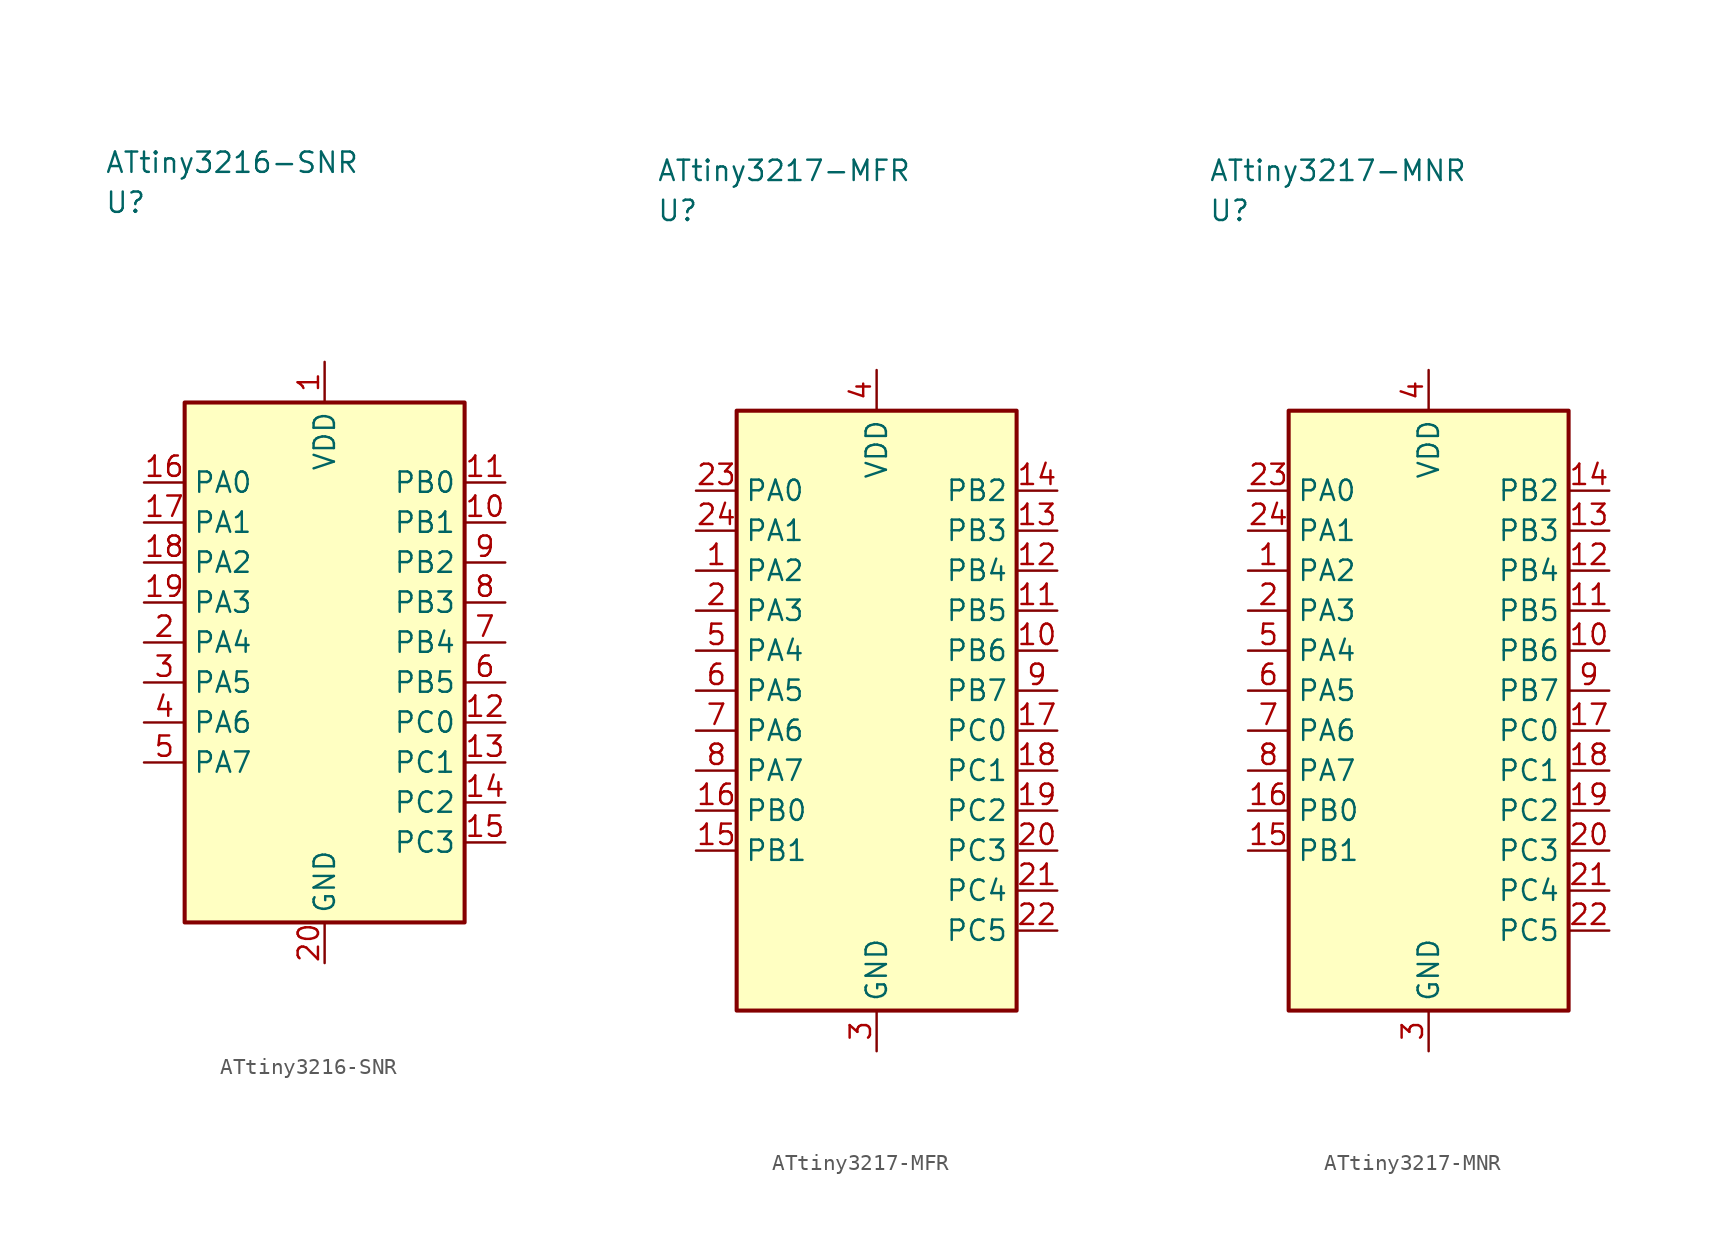
<source format=kicad_sym>
(kicad_symbol_lib
  (version 20241025)
  (generator "kicad_symbol_editor")
  (generator_version "8.0")
  (symbol "ATtiny3216-SNR"
    (property "Reference" "U"
      (at -13.75 28.75 0)
      (effects (font (size 1.27 1.27)) (justify left)))
    (property "Value" "ATtiny3216-SNR"
      (at -13.75 31.25 0)
      (effects (font (size 1.27 1.27)) (justify left)))
    (symbol "ATtiny3216-SNR_0_1"
      (rectangle (start -8.75 16.25) (end 8.75 -16.25) (stroke (width 0.254) (type default)) (fill (type background))))
    (symbol "ATtiny3216-SNR_1_1"
      (pin power_in line (at 0.0 18.79 270.0) (length 2.54) (name "VDD" (effects (font (size 1.27 1.27)))) (number "1" (effects (font (size 1.27 1.27)))))
      (pin bidirectional line (at -11.29 1.25 0.0) (length 2.54) (name "PA4" (effects (font (size 1.27 1.27)))) (number "2" (effects (font (size 1.27 1.27)))))
      (pin bidirectional line (at -11.29 -1.25 0.0) (length 2.54) (name "PA5" (effects (font (size 1.27 1.27)))) (number "3" (effects (font (size 1.27 1.27)))))
      (pin bidirectional line (at -11.29 -3.75 0.0) (length 2.54) (name "PA6" (effects (font (size 1.27 1.27)))) (number "4" (effects (font (size 1.27 1.27)))))
      (pin bidirectional line (at -11.29 -6.25 0.0) (length 2.54) (name "PA7" (effects (font (size 1.27 1.27)))) (number "5" (effects (font (size 1.27 1.27)))))
      (pin bidirectional line (at 11.29 -1.25 180.0) (length 2.54) (name "PB5" (effects (font (size 1.27 1.27)))) (number "6" (effects (font (size 1.27 1.27)))))
      (pin bidirectional line (at 11.29 1.25 180.0) (length 2.54) (name "PB4" (effects (font (size 1.27 1.27)))) (number "7" (effects (font (size 1.27 1.27)))))
      (pin bidirectional line (at 11.29 3.75 180.0) (length 2.54) (name "PB3" (effects (font (size 1.27 1.27)))) (number "8" (effects (font (size 1.27 1.27)))))
      (pin bidirectional line (at 11.29 6.25 180.0) (length 2.54) (name "PB2" (effects (font (size 1.27 1.27)))) (number "9" (effects (font (size 1.27 1.27)))))
      (pin bidirectional line (at 11.29 8.75 180.0) (length 2.54) (name "PB1" (effects (font (size 1.27 1.27)))) (number "10" (effects (font (size 1.27 1.27)))))
      (pin bidirectional line (at 11.29 11.25 180.0) (length 2.54) (name "PB0" (effects (font (size 1.27 1.27)))) (number "11" (effects (font (size 1.27 1.27)))))
      (pin bidirectional line (at 11.29 -3.75 180.0) (length 2.54) (name "PC0" (effects (font (size 1.27 1.27)))) (number "12" (effects (font (size 1.27 1.27)))))
      (pin bidirectional line (at 11.29 -6.25 180.0) (length 2.54) (name "PC1" (effects (font (size 1.27 1.27)))) (number "13" (effects (font (size 1.27 1.27)))))
      (pin bidirectional line (at 11.29 -8.75 180.0) (length 2.54) (name "PC2" (effects (font (size 1.27 1.27)))) (number "14" (effects (font (size 1.27 1.27)))))
      (pin bidirectional line (at 11.29 -11.25 180.0) (length 2.54) (name "PC3" (effects (font (size 1.27 1.27)))) (number "15" (effects (font (size 1.27 1.27)))))
      (pin bidirectional line (at -11.29 11.25 0.0) (length 2.54) (name "PA0" (effects (font (size 1.27 1.27)))) (number "16" (effects (font (size 1.27 1.27)))))
      (pin bidirectional line (at -11.29 8.75 0.0) (length 2.54) (name "PA1" (effects (font (size 1.27 1.27)))) (number "17" (effects (font (size 1.27 1.27)))))
      (pin bidirectional line (at -11.29 6.25 0.0) (length 2.54) (name "PA2" (effects (font (size 1.27 1.27)))) (number "18" (effects (font (size 1.27 1.27)))))
      (pin bidirectional line (at -11.29 3.75 0.0) (length 2.54) (name "PA3" (effects (font (size 1.27 1.27)))) (number "19" (effects (font (size 1.27 1.27)))))
      (pin passive line (at 0.0 -18.79 90.0) (length 2.54) (name "GND" (effects (font (size 1.27 1.27)))) (number "20" (effects (font (size 1.27 1.27)))))))
  (symbol "ATtiny3217-MFR"
    (property "Reference" "U"
      (at -13.75 31.25 0)
      (effects (font (size 1.27 1.27)) (justify left)))
    (property "Value" "ATtiny3217-MFR"
      (at -13.75 33.75 0)
      (effects (font (size 1.27 1.27)) (justify left)))
    (symbol "ATtiny3217-MFR_0_1"
      (rectangle (start -8.75 18.75) (end 8.75 -18.75) (stroke (width 0.254) (type default)) (fill (type background))))
    (symbol "ATtiny3217-MFR_1_1"
      (pin bidirectional line (at -11.29 8.75 0.0) (length 2.54) (name "PA2" (effects (font (size 1.27 1.27)))) (number "1" (effects (font (size 1.27 1.27)))))
      (pin bidirectional line (at -11.29 6.25 0.0) (length 2.54) (name "PA3" (effects (font (size 1.27 1.27)))) (number "2" (effects (font (size 1.27 1.27)))))
      (pin passive line (at 0.0 -21.29 90.0) (length 2.54) (name "GND" (effects (font (size 1.27 1.27)))) (number "3" (effects (font (size 1.27 1.27)))))
      (pin power_in line (at 0.0 21.29 270.0) (length 2.54) (name "VDD" (effects (font (size 1.27 1.27)))) (number "4" (effects (font (size 1.27 1.27)))))
      (pin bidirectional line (at -11.29 3.75 0.0) (length 2.54) (name "PA4" (effects (font (size 1.27 1.27)))) (number "5" (effects (font (size 1.27 1.27)))))
      (pin bidirectional line (at -11.29 1.25 0.0) (length 2.54) (name "PA5" (effects (font (size 1.27 1.27)))) (number "6" (effects (font (size 1.27 1.27)))))
      (pin bidirectional line (at -11.29 -1.25 0.0) (length 2.54) (name "PA6" (effects (font (size 1.27 1.27)))) (number "7" (effects (font (size 1.27 1.27)))))
      (pin bidirectional line (at -11.29 -3.75 0.0) (length 2.54) (name "PA7" (effects (font (size 1.27 1.27)))) (number "8" (effects (font (size 1.27 1.27)))))
      (pin bidirectional line (at 11.29 1.25 180.0) (length 2.54) (name "PB7" (effects (font (size 1.27 1.27)))) (number "9" (effects (font (size 1.27 1.27)))))
      (pin bidirectional line (at 11.29 3.75 180.0) (length 2.54) (name "PB6" (effects (font (size 1.27 1.27)))) (number "10" (effects (font (size 1.27 1.27)))))
      (pin bidirectional line (at 11.29 6.25 180.0) (length 2.54) (name "PB5" (effects (font (size 1.27 1.27)))) (number "11" (effects (font (size 1.27 1.27)))))
      (pin bidirectional line (at 11.29 8.75 180.0) (length 2.54) (name "PB4" (effects (font (size 1.27 1.27)))) (number "12" (effects (font (size 1.27 1.27)))))
      (pin bidirectional line (at 11.29 11.25 180.0) (length 2.54) (name "PB3" (effects (font (size 1.27 1.27)))) (number "13" (effects (font (size 1.27 1.27)))))
      (pin bidirectional line (at 11.29 13.75 180.0) (length 2.54) (name "PB2" (effects (font (size 1.27 1.27)))) (number "14" (effects (font (size 1.27 1.27)))))
      (pin bidirectional line (at -11.29 -8.75 0.0) (length 2.54) (name "PB1" (effects (font (size 1.27 1.27)))) (number "15" (effects (font (size 1.27 1.27)))))
      (pin bidirectional line (at -11.29 -6.25 0.0) (length 2.54) (name "PB0" (effects (font (size 1.27 1.27)))) (number "16" (effects (font (size 1.27 1.27)))))
      (pin bidirectional line (at 11.29 -1.25 180.0) (length 2.54) (name "PC0" (effects (font (size 1.27 1.27)))) (number "17" (effects (font (size 1.27 1.27)))))
      (pin bidirectional line (at 11.29 -3.75 180.0) (length 2.54) (name "PC1" (effects (font (size 1.27 1.27)))) (number "18" (effects (font (size 1.27 1.27)))))
      (pin bidirectional line (at 11.29 -6.25 180.0) (length 2.54) (name "PC2" (effects (font (size 1.27 1.27)))) (number "19" (effects (font (size 1.27 1.27)))))
      (pin bidirectional line (at 11.29 -8.75 180.0) (length 2.54) (name "PC3" (effects (font (size 1.27 1.27)))) (number "20" (effects (font (size 1.27 1.27)))))
      (pin bidirectional line (at 11.29 -11.25 180.0) (length 2.54) (name "PC4" (effects (font (size 1.27 1.27)))) (number "21" (effects (font (size 1.27 1.27)))))
      (pin bidirectional line (at 11.29 -13.75 180.0) (length 2.54) (name "PC5" (effects (font (size 1.27 1.27)))) (number "22" (effects (font (size 1.27 1.27)))))
      (pin bidirectional line (at -11.29 13.75 0.0) (length 2.54) (name "PA0" (effects (font (size 1.27 1.27)))) (number "23" (effects (font (size 1.27 1.27)))))
      (pin bidirectional line (at -11.29 11.25 0.0) (length 2.54) (name "PA1" (effects (font (size 1.27 1.27)))) (number "24" (effects (font (size 1.27 1.27)))))))
  (symbol "ATtiny3217-MNR"
    (property "Reference" "U"
      (at -13.75 31.25 0)
      (effects (font (size 1.27 1.27)) (justify left)))
    (property "Value" "ATtiny3217-MNR"
      (at -13.75 33.75 0)
      (effects (font (size 1.27 1.27)) (justify left)))
    (symbol "ATtiny3217-MNR_0_1"
      (rectangle (start -8.75 18.75) (end 8.75 -18.75) (stroke (width 0.254) (type default)) (fill (type background))))
    (symbol "ATtiny3217-MNR_1_1"
      (pin bidirectional line (at -11.29 8.75 0.0) (length 2.54) (name "PA2" (effects (font (size 1.27 1.27)))) (number "1" (effects (font (size 1.27 1.27)))))
      (pin bidirectional line (at -11.29 6.25 0.0) (length 2.54) (name "PA3" (effects (font (size 1.27 1.27)))) (number "2" (effects (font (size 1.27 1.27)))))
      (pin passive line (at 0.0 -21.29 90.0) (length 2.54) (name "GND" (effects (font (size 1.27 1.27)))) (number "3" (effects (font (size 1.27 1.27)))))
      (pin power_in line (at 0.0 21.29 270.0) (length 2.54) (name "VDD" (effects (font (size 1.27 1.27)))) (number "4" (effects (font (size 1.27 1.27)))))
      (pin bidirectional line (at -11.29 3.75 0.0) (length 2.54) (name "PA4" (effects (font (size 1.27 1.27)))) (number "5" (effects (font (size 1.27 1.27)))))
      (pin bidirectional line (at -11.29 1.25 0.0) (length 2.54) (name "PA5" (effects (font (size 1.27 1.27)))) (number "6" (effects (font (size 1.27 1.27)))))
      (pin bidirectional line (at -11.29 -1.25 0.0) (length 2.54) (name "PA6" (effects (font (size 1.27 1.27)))) (number "7" (effects (font (size 1.27 1.27)))))
      (pin bidirectional line (at -11.29 -3.75 0.0) (length 2.54) (name "PA7" (effects (font (size 1.27 1.27)))) (number "8" (effects (font (size 1.27 1.27)))))
      (pin bidirectional line (at 11.29 1.25 180.0) (length 2.54) (name "PB7" (effects (font (size 1.27 1.27)))) (number "9" (effects (font (size 1.27 1.27)))))
      (pin bidirectional line (at 11.29 3.75 180.0) (length 2.54) (name "PB6" (effects (font (size 1.27 1.27)))) (number "10" (effects (font (size 1.27 1.27)))))
      (pin bidirectional line (at 11.29 6.25 180.0) (length 2.54) (name "PB5" (effects (font (size 1.27 1.27)))) (number "11" (effects (font (size 1.27 1.27)))))
      (pin bidirectional line (at 11.29 8.75 180.0) (length 2.54) (name "PB4" (effects (font (size 1.27 1.27)))) (number "12" (effects (font (size 1.27 1.27)))))
      (pin bidirectional line (at 11.29 11.25 180.0) (length 2.54) (name "PB3" (effects (font (size 1.27 1.27)))) (number "13" (effects (font (size 1.27 1.27)))))
      (pin bidirectional line (at 11.29 13.75 180.0) (length 2.54) (name "PB2" (effects (font (size 1.27 1.27)))) (number "14" (effects (font (size 1.27 1.27)))))
      (pin bidirectional line (at -11.29 -8.75 0.0) (length 2.54) (name "PB1" (effects (font (size 1.27 1.27)))) (number "15" (effects (font (size 1.27 1.27)))))
      (pin bidirectional line (at -11.29 -6.25 0.0) (length 2.54) (name "PB0" (effects (font (size 1.27 1.27)))) (number "16" (effects (font (size 1.27 1.27)))))
      (pin bidirectional line (at 11.29 -1.25 180.0) (length 2.54) (name "PC0" (effects (font (size 1.27 1.27)))) (number "17" (effects (font (size 1.27 1.27)))))
      (pin bidirectional line (at 11.29 -3.75 180.0) (length 2.54) (name "PC1" (effects (font (size 1.27 1.27)))) (number "18" (effects (font (size 1.27 1.27)))))
      (pin bidirectional line (at 11.29 -6.25 180.0) (length 2.54) (name "PC2" (effects (font (size 1.27 1.27)))) (number "19" (effects (font (size 1.27 1.27)))))
      (pin bidirectional line (at 11.29 -8.75 180.0) (length 2.54) (name "PC3" (effects (font (size 1.27 1.27)))) (number "20" (effects (font (size 1.27 1.27)))))
      (pin bidirectional line (at 11.29 -11.25 180.0) (length 2.54) (name "PC4" (effects (font (size 1.27 1.27)))) (number "21" (effects (font (size 1.27 1.27)))))
      (pin bidirectional line (at 11.29 -13.75 180.0) (length 2.54) (name "PC5" (effects (font (size 1.27 1.27)))) (number "22" (effects (font (size 1.27 1.27)))))
      (pin bidirectional line (at -11.29 13.75 0.0) (length 2.54) (name "PA0" (effects (font (size 1.27 1.27)))) (number "23" (effects (font (size 1.27 1.27)))))
      (pin bidirectional line (at -11.29 11.25 0.0) (length 2.54) (name "PA1" (effects (font (size 1.27 1.27)))) (number "24" (effects (font (size 1.27 1.27))))))))
</source>
